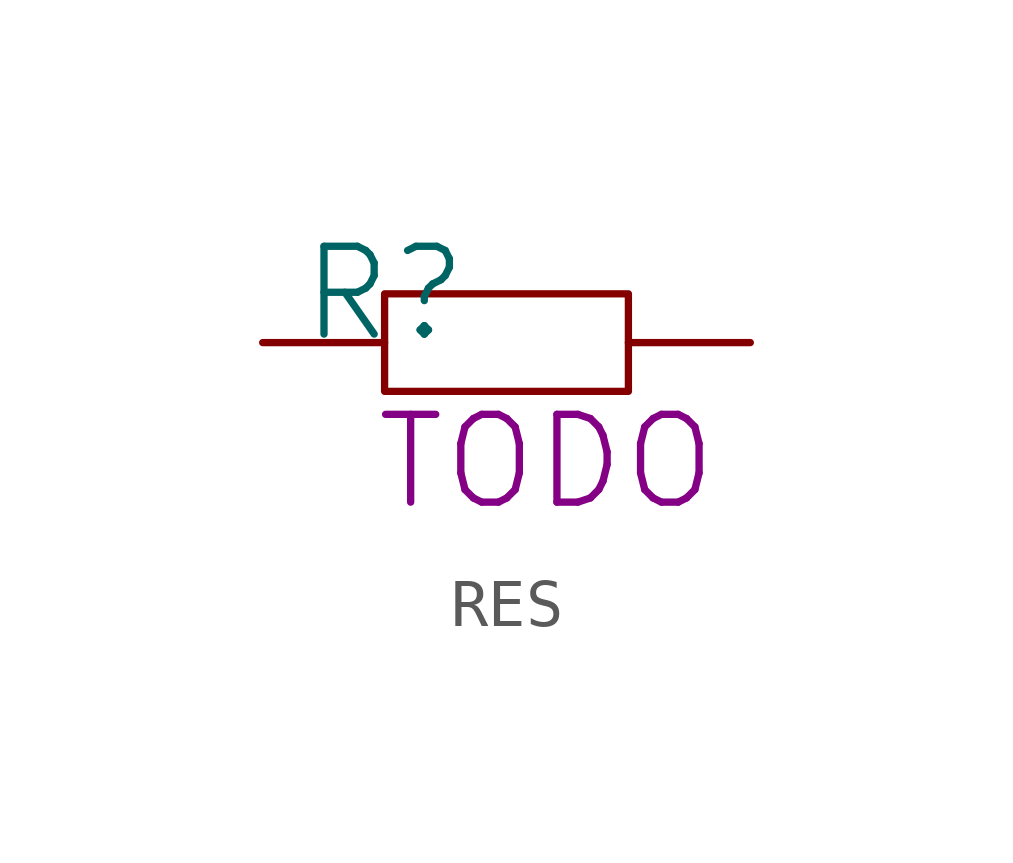
<source format=kicad_sym>
(kicad_symbol_lib
  (version 20241209)
  (generator "kicad_symbol_editor")
  (generator_version "9.0")
  (symbol "RES"
    (pin_numbers
      (hide yes))
    (pin_names
      (hide yes))
    (property "Reference" "R"
      (at 0 -1.524 0)
      (effects (font (size 1.829 1.829))))
    (property "Value" "${VALUE}"
      (at 0 -6.096 0)
      (effects (font (size 1.829 1.829)) (justify left bottom) (hide yes)))
    (property "ALTIUM_VALUE" "TODO"
      (at -0.254 -6.096 0)
      (effects (font (size 1.829 1.829)) (justify left bottom)))
    (symbol "RES_1_0"
      (rectangle (start 5.08 -1.524) (end 0 -3.556) (stroke (width 0) (type solid)) (fill (type none)))
      (pin passive line (at -2.54 -2.54 0) (length 2.54) (name "1" (effects (font (size 1.27 1.27)))) (number "1" (effects (font (size 1.27 1.27)))))
      (pin passive line (at 7.62 -2.54 180) (length 2.54) (name "2" (effects (font (size 1.27 1.27)))) (number "2" (effects (font (size 1.27 1.27))))))))
</source>
